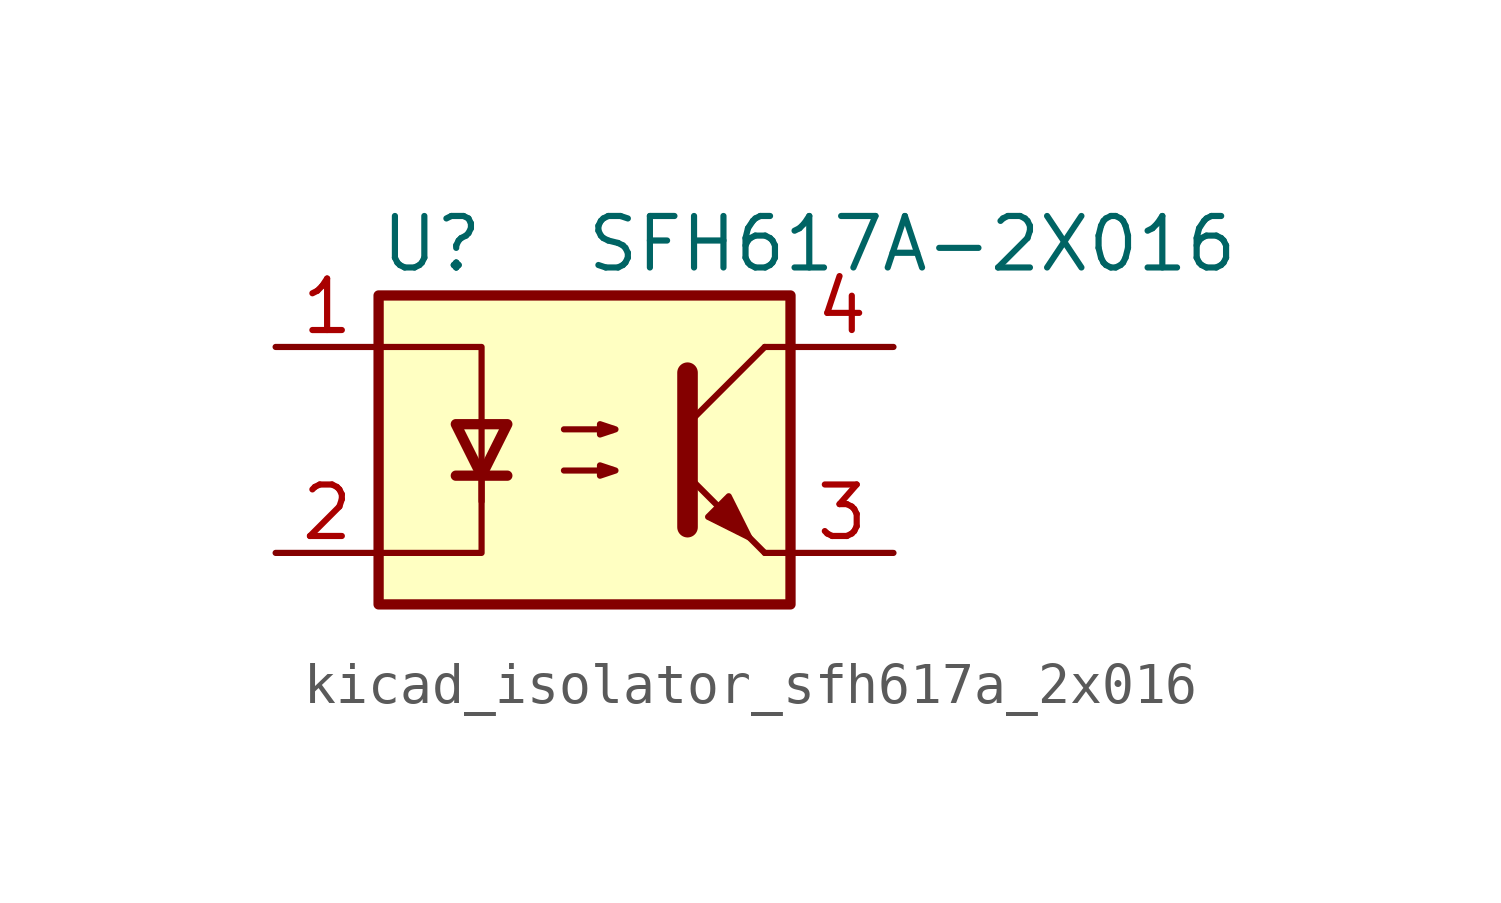
<source format=kicad_sym>
(kicad_symbol_lib
  (version 20220914)
  (generator kicad_symbol_editor)
  (symbol "kicad_isolator_sfh617a_2x016"
    (pin_names
      (offset 1.016))
    (property "Reference" "U"
      (at -5.08 5.08 0)
      (effects (font (size 1.27 1.27)) (justify left)))
    (property "Value" "SFH617A-2X016"
      (at 0 5.08 0)
      (effects (font (size 1.27 1.27)) (justify left)))
    (symbol "kicad_isolator_sfh617a_2x016_0_1"
      (rectangle (start -5.08 3.81) (end 5.08 -3.81) (stroke (width 0.254) (type default)) (fill (type background)))
      (polyline (pts (xy -3.175 -0.635) (xy -1.905 -0.635)) (stroke (width 0.254) (type default)) (fill (type none)))
      (polyline (pts (xy 2.54 0.635) (xy 4.445 2.54)) (stroke (width 0) (type default)) (fill (type none)))
      (polyline (pts (xy 4.445 -2.54) (xy 2.54 -0.635)) (stroke (width 0) (type default)) (fill (type outline)))
      (polyline (pts (xy 4.445 -2.54) (xy 5.08 -2.54)) (stroke (width 0) (type default)) (fill (type none)))
      (polyline (pts (xy 4.445 2.54) (xy 5.08 2.54)) (stroke (width 0) (type default)) (fill (type none)))
      (polyline (pts (xy -2.54 -0.635) (xy -2.54 -2.54) (xy -5.08 -2.54)) (stroke (width 0) (type default)) (fill (type none)))
      (polyline (pts (xy 2.54 1.905) (xy 2.54 -1.905) (xy 2.54 -1.905)) (stroke (width 0.508) (type default)) (fill (type none)))
      (polyline (pts (xy -5.08 2.54) (xy -2.54 2.54) (xy -2.54 -1.27) (xy -2.54 0.635)) (stroke (width 0) (type default)) (fill (type none)))
      (polyline (pts (xy -2.54 -0.635) (xy -3.175 0.635) (xy -1.905 0.635) (xy -2.54 -0.635)) (stroke (width 0.254) (type default)) (fill (type none)))
      (polyline (pts (xy -0.508 -0.508) (xy 0.762 -0.508) (xy 0.381 -0.635) (xy 0.381 -0.381) (xy 0.762 -0.508)) (stroke (width 0) (type default)) (fill (type none)))
      (polyline (pts (xy -0.508 0.508) (xy 0.762 0.508) (xy 0.381 0.381) (xy 0.381 0.635) (xy 0.762 0.508)) (stroke (width 0) (type default)) (fill (type none)))
      (polyline (pts (xy 3.048 -1.651) (xy 3.556 -1.143) (xy 4.064 -2.159) (xy 3.048 -1.651) (xy 3.048 -1.651)) (stroke (width 0) (type default)) (fill (type outline))))
    (symbol "kicad_isolator_sfh617a_2x016_1_1"
      (pin passive line (at -7.62 2.54 0) (length 2.54) (name "~" (effects (font (size 1.27 1.27)))) (number "1" (effects (font (size 1.27 1.27)))))
      (pin passive line (at -7.62 -2.54 0) (length 2.54) (name "~" (effects (font (size 1.27 1.27)))) (number "2" (effects (font (size 1.27 1.27)))))
      (pin passive line (at 7.62 -2.54 180) (length 2.54) (name "~" (effects (font (size 1.27 1.27)))) (number "3" (effects (font (size 1.27 1.27)))))
      (pin passive line (at 7.62 2.54 180) (length 2.54) (name "~" (effects (font (size 1.27 1.27)))) (number "4" (effects (font (size 1.27 1.27))))))))
</source>
